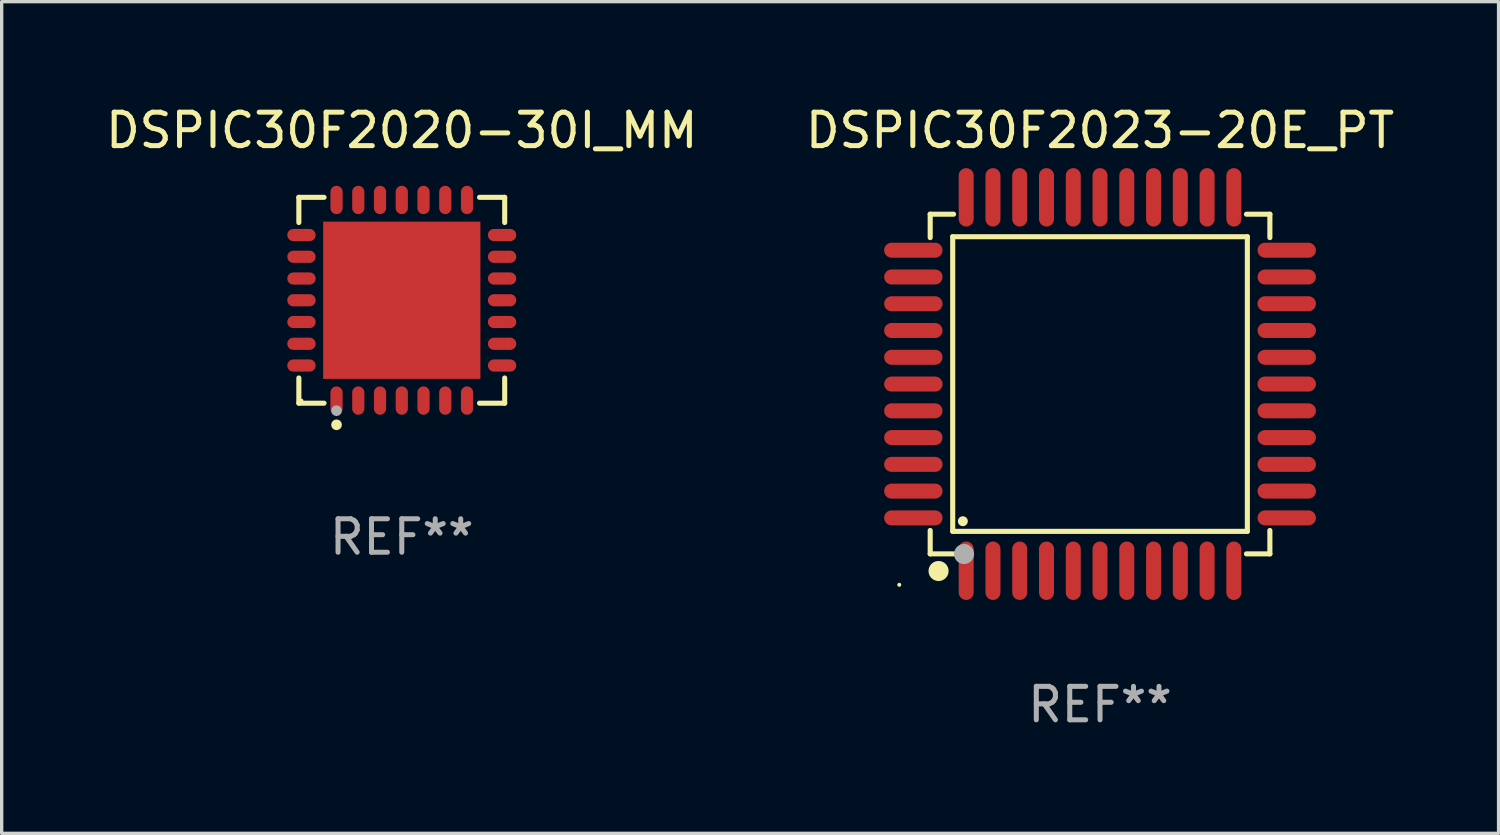
<source format=kicad_pcb>
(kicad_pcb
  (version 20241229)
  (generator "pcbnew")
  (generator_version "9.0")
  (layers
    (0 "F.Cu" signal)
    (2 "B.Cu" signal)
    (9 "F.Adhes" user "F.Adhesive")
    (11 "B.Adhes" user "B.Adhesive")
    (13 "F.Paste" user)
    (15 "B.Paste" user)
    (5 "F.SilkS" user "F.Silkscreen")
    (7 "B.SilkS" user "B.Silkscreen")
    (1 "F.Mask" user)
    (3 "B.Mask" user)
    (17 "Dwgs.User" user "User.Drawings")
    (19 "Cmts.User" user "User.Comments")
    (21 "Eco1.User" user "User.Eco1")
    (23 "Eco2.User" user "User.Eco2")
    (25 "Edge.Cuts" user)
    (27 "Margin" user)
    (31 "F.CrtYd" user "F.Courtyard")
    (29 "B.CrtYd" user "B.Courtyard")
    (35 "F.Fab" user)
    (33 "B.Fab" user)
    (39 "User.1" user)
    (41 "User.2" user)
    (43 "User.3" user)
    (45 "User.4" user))
  (footprint "DSPIC30F2023-20E_PT"
    (layer "F.Cu")
    (at 29.827 8.428)
    (property "Reference" "DSPIC30F2023-20E_PT" (at 0 -7.58 0) (layer "F.SilkS") (effects (font (size 1 1) (thickness 0.15))))
    (attr through_hole)
    (fp_line (start -5.076 -5.076) (end -5.076 -4.376) (stroke (width 0.152) (type solid)) (layer "F.SilkS"))
    (fp_line (start -5.076 5.076) (end -5.076 4.376) (stroke (width 0.152) (type solid)) (layer "F.SilkS"))
    (fp_line (start -4.403 -4.403) (end 4.403 -4.403) (stroke (width 0.152) (type solid)) (layer "F.SilkS"))
    (fp_line (start -4.403 4.403) (end -4.403 -4.403) (stroke (width 0.152) (type solid)) (layer "F.SilkS"))
    (fp_line (start -4.376 -5.076) (end -5.076 -5.076) (stroke (width 0.152) (type solid)) (layer "F.SilkS"))
    (fp_line (start -4.376 5.076) (end -5.076 5.076) (stroke (width 0.152) (type solid)) (layer "F.SilkS"))
    (fp_line (start 4.376 -5.076) (end 5.076 -5.076) (stroke (width 0.152) (type solid)) (layer "F.SilkS"))
    (fp_line (start 4.376 5.076) (end 5.076 5.076) (stroke (width 0.152) (type solid)) (layer "F.SilkS"))
    (fp_line (start 4.403 -4.403) (end 4.403 4.403) (stroke (width 0.152) (type solid)) (layer "F.SilkS"))
    (fp_line (start 4.403 4.403) (end -4.403 4.403) (stroke (width 0.152) (type solid)) (layer "F.SilkS"))
    (fp_line (start 5.076 -5.076) (end 5.076 -4.376) (stroke (width 0.152) (type solid)) (layer "F.SilkS"))
    (fp_line (start 5.076 5.076) (end 5.076 4.376) (stroke (width 0.152) (type solid)) (layer "F.SilkS"))
    (fp_circle (center -6 6) (end -5.97 6) (stroke (width 0.06) (type solid)) (fill no) (layer "F.SilkS"))
    (fp_circle (center -4.826 5.588) (end -4.676 5.588) (stroke (width 0.3) (type solid)) (fill no) (layer "F.SilkS"))
    (fp_circle (center -4.1 4.1) (end -4.025 4.1) (stroke (width 0.15) (type solid)) (fill no) (layer "F.SilkS"))
    (fp_circle (center -4.064 5.08) (end -3.914 5.08) (stroke (width 0.3) (type solid)) (fill no) (layer "F.Fab"))
    (fp_text user "REF**" (at 0 9.58 0) (layer "F.Fab") (effects (font (size 1 1) (thickness 0.15))))
    (pad "1" smd oval (at -4 5.58) (size 0.448 1.745) (layers "F.Cu" "F.Mask" "F.Paste"))
    (pad "2" smd oval (at -3.2 5.58) (size 0.448 1.745) (layers "F.Cu" "F.Mask" "F.Paste"))
    (pad "3" smd oval (at -2.4 5.58) (size 0.448 1.745) (layers "F.Cu" "F.Mask" "F.Paste"))
    (pad "4" smd oval (at -1.6 5.58) (size 0.448 1.745) (layers "F.Cu" "F.Mask" "F.Paste"))
    (pad "5" smd oval (at -0.8 5.58) (size 0.448 1.745) (layers "F.Cu" "F.Mask" "F.Paste"))
    (pad "6" smd oval (at 0 5.58) (size 0.448 1.745) (layers "F.Cu" "F.Mask" "F.Paste"))
    (pad "7" smd oval (at 0.8 5.58) (size 0.448 1.745) (layers "F.Cu" "F.Mask" "F.Paste"))
    (pad "8" smd oval (at 1.6 5.58) (size 0.448 1.745) (layers "F.Cu" "F.Mask" "F.Paste"))
    (pad "9" smd oval (at 2.4 5.58) (size 0.448 1.745) (layers "F.Cu" "F.Mask" "F.Paste"))
    (pad "10" smd oval (at 3.2 5.58) (size 0.448 1.745) (layers "F.Cu" "F.Mask" "F.Paste"))
    (pad "11" smd oval (at 4 5.58) (size 0.448 1.745) (layers "F.Cu" "F.Mask" "F.Paste"))
    (pad "12" smd oval (at 5.58 4) (size 1.745 0.448) (layers "F.Cu" "F.Mask" "F.Paste"))
    (pad "13" smd oval (at 5.58 3.2) (size 1.745 0.448) (layers "F.Cu" "F.Mask" "F.Paste"))
    (pad "14" smd oval (at 5.58 2.4) (size 1.745 0.448) (layers "F.Cu" "F.Mask" "F.Paste"))
    (pad "15" smd oval (at 5.58 1.6) (size 1.745 0.448) (layers "F.Cu" "F.Mask" "F.Paste"))
    (pad "16" smd oval (at 5.58 0.8) (size 1.745 0.448) (layers "F.Cu" "F.Mask" "F.Paste"))
    (pad "17" smd oval (at 5.58 0) (size 1.745 0.448) (layers "F.Cu" "F.Mask" "F.Paste"))
    (pad "18" smd oval (at 5.58 -0.8) (size 1.745 0.448) (layers "F.Cu" "F.Mask" "F.Paste"))
    (pad "19" smd oval (at 5.58 -1.6) (size 1.745 0.448) (layers "F.Cu" "F.Mask" "F.Paste"))
    (pad "20" smd oval (at 5.58 -2.4) (size 1.745 0.448) (layers "F.Cu" "F.Mask" "F.Paste"))
    (pad "21" smd oval (at 5.58 -3.2) (size 1.745 0.448) (layers "F.Cu" "F.Mask" "F.Paste"))
    (pad "22" smd oval (at 5.58 -4) (size 1.745 0.448) (layers "F.Cu" "F.Mask" "F.Paste"))
    (pad "23" smd oval (at 4 -5.58) (size 0.448 1.745) (layers "F.Cu" "F.Mask" "F.Paste"))
    (pad "24" smd oval (at 3.2 -5.58) (size 0.448 1.745) (layers "F.Cu" "F.Mask" "F.Paste"))
    (pad "25" smd oval (at 2.4 -5.58) (size 0.448 1.745) (layers "F.Cu" "F.Mask" "F.Paste"))
    (pad "26" smd oval (at 1.6 -5.58) (size 0.448 1.745) (layers "F.Cu" "F.Mask" "F.Paste"))
    (pad "27" smd oval (at 0.8 -5.58) (size 0.448 1.745) (layers "F.Cu" "F.Mask" "F.Paste"))
    (pad "28" smd oval (at 0 -5.58) (size 0.448 1.745) (layers "F.Cu" "F.Mask" "F.Paste"))
    (pad "29" smd oval (at -0.8 -5.58) (size 0.448 1.745) (layers "F.Cu" "F.Mask" "F.Paste"))
    (pad "30" smd oval (at -1.6 -5.58) (size 0.448 1.745) (layers "F.Cu" "F.Mask" "F.Paste"))
    (pad "31" smd oval (at -2.4 -5.58) (size 0.448 1.745) (layers "F.Cu" "F.Mask" "F.Paste"))
    (pad "32" smd oval (at -3.2 -5.58) (size 0.448 1.745) (layers "F.Cu" "F.Mask" "F.Paste"))
    (pad "33" smd oval (at -4 -5.58) (size 0.448 1.745) (layers "F.Cu" "F.Mask" "F.Paste"))
    (pad "34" smd oval (at -5.58 -4) (size 1.745 0.448) (layers "F.Cu" "F.Mask" "F.Paste"))
    (pad "35" smd oval (at -5.58 -3.2) (size 1.745 0.448) (layers "F.Cu" "F.Mask" "F.Paste"))
    (pad "36" smd oval (at -5.58 -2.4) (size 1.745 0.448) (layers "F.Cu" "F.Mask" "F.Paste"))
    (pad "37" smd oval (at -5.58 -1.6) (size 1.745 0.448) (layers "F.Cu" "F.Mask" "F.Paste"))
    (pad "38" smd oval (at -5.58 -0.8) (size 1.745 0.448) (layers "F.Cu" "F.Mask" "F.Paste"))
    (pad "39" smd oval (at -5.58 0) (size 1.745 0.448) (layers "F.Cu" "F.Mask" "F.Paste"))
    (pad "40" smd oval (at -5.58 0.8) (size 1.745 0.448) (layers "F.Cu" "F.Mask" "F.Paste"))
    (pad "41" smd oval (at -5.58 1.6) (size 1.745 0.448) (layers "F.Cu" "F.Mask" "F.Paste"))
    (pad "42" smd oval (at -5.58 2.4) (size 1.745 0.448) (layers "F.Cu" "F.Mask" "F.Paste"))
    (pad "43" smd oval (at -5.58 3.2) (size 1.745 0.448) (layers "F.Cu" "F.Mask" "F.Paste"))
    (pad "44" smd oval (at -5.58 4) (size 1.745 0.448) (layers "F.Cu" "F.Mask" "F.Paste")))
  (footprint "DSPIC30F2020-30I_MM"
    (layer "F.Cu")
    (at 8.958 5.924)
    (property "Reference" "DSPIC30F2020-30I_MM" (at 0 -5.076 0) (layer "F.SilkS") (effects (font (size 1 1) (thickness 0.15))))
    (attr through_hole)
    (fp_line (start -3.076 -3.076) (end -2.323 -3.076) (stroke (width 0.152) (type solid)) (layer "F.SilkS"))
    (fp_line (start -3.076 -2.323) (end -3.076 -3.076) (stroke (width 0.152) (type solid)) (layer "F.SilkS"))
    (fp_line (start -3.076 2.323) (end -3.076 3.076) (stroke (width 0.152) (type solid)) (layer "F.SilkS"))
    (fp_line (start -3.076 3.076) (end -2.323 3.076) (stroke (width 0.152) (type solid)) (layer "F.SilkS"))
    (fp_line (start 3.076 -3.076) (end 2.323 -3.076) (stroke (width 0.152) (type solid)) (layer "F.SilkS"))
    (fp_line (start 3.076 -2.323) (end 3.076 -3.076) (stroke (width 0.152) (type solid)) (layer "F.SilkS"))
    (fp_line (start 3.076 2.323) (end 3.076 3.076) (stroke (width 0.152) (type solid)) (layer "F.SilkS"))
    (fp_line (start 3.076 3.076) (end 2.323 3.076) (stroke (width 0.152) (type solid)) (layer "F.SilkS"))
    (fp_circle (center -3 3) (end -2.97 3) (stroke (width 0.06) (type solid)) (fill no) (layer "F.SilkS"))
    (fp_circle (center -1.95 3.722) (end -1.87 3.722) (stroke (width 0.16) (type solid)) (fill no) (layer "F.SilkS"))
    (fp_circle (center -1.95 3.3) (end -1.87 3.3) (stroke (width 0.16) (type solid)) (fill no) (layer "F.Fab"))
    (fp_text user "REF**" (at 0 7.076 0) (layer "F.Fab") (effects (font (size 1 1) (thickness 0.15))))
    (pad "1" smd oval (at -1.95 2.998) (size 0.364 0.847) (layers "F.Cu" "F.Mask" "F.Paste"))
    (pad "2" smd oval (at -1.3 2.998) (size 0.364 0.847) (layers "F.Cu" "F.Mask" "F.Paste"))
    (pad "3" smd oval (at -0.65 2.998) (size 0.364 0.847) (layers "F.Cu" "F.Mask" "F.Paste"))
    (pad "4" smd oval (at 0 2.998) (size 0.364 0.847) (layers "F.Cu" "F.Mask" "F.Paste"))
    (pad "5" smd oval (at 0.65 2.998) (size 0.364 0.847) (layers "F.Cu" "F.Mask" "F.Paste"))
    (pad "6" smd oval (at 1.3 2.998) (size 0.364 0.847) (layers "F.Cu" "F.Mask" "F.Paste"))
    (pad "7" smd oval (at 1.95 2.998) (size 0.364 0.847) (layers "F.Cu" "F.Mask" "F.Paste"))
    (pad "8" smd oval (at 2.998 1.95) (size 0.847 0.364) (layers "F.Cu" "F.Mask" "F.Paste"))
    (pad "9" smd oval (at 2.998 1.3) (size 0.847 0.364) (layers "F.Cu" "F.Mask" "F.Paste"))
    (pad "10" smd oval (at 2.998 0.65) (size 0.847 0.364) (layers "F.Cu" "F.Mask" "F.Paste"))
    (pad "11" smd oval (at 2.998 0) (size 0.847 0.364) (layers "F.Cu" "F.Mask" "F.Paste"))
    (pad "12" smd oval (at 2.998 -0.65) (size 0.847 0.364) (layers "F.Cu" "F.Mask" "F.Paste"))
    (pad "13" smd oval (at 2.998 -1.3) (size 0.847 0.364) (layers "F.Cu" "F.Mask" "F.Paste"))
    (pad "14" smd oval (at 2.998 -1.95) (size 0.847 0.364) (layers "F.Cu" "F.Mask" "F.Paste"))
    (pad "15" smd oval (at 1.95 -2.998) (size 0.364 0.847) (layers "F.Cu" "F.Mask" "F.Paste"))
    (pad "16" smd oval (at 1.3 -2.998) (size 0.364 0.847) (layers "F.Cu" "F.Mask" "F.Paste"))
    (pad "17" smd oval (at 0.65 -2.998) (size 0.364 0.847) (layers "F.Cu" "F.Mask" "F.Paste"))
    (pad "18" smd oval (at 0 -2.998) (size 0.364 0.847) (layers "F.Cu" "F.Mask" "F.Paste"))
    (pad "19" smd oval (at -0.65 -2.998) (size 0.364 0.847) (layers "F.Cu" "F.Mask" "F.Paste"))
    (pad "20" smd oval (at -1.3 -2.998) (size 0.364 0.847) (layers "F.Cu" "F.Mask" "F.Paste"))
    (pad "21" smd oval (at -1.95 -2.998) (size 0.364 0.847) (layers "F.Cu" "F.Mask" "F.Paste"))
    (pad "22" smd oval (at -2.998 -1.95) (size 0.847 0.364) (layers "F.Cu" "F.Mask" "F.Paste"))
    (pad "23" smd oval (at -2.998 -1.3) (size 0.847 0.364) (layers "F.Cu" "F.Mask" "F.Paste"))
    (pad "24" smd oval (at -2.998 -0.65) (size 0.847 0.364) (layers "F.Cu" "F.Mask" "F.Paste"))
    (pad "25" smd oval (at -2.998 0) (size 0.847 0.364) (layers "F.Cu" "F.Mask" "F.Paste"))
    (pad "26" smd oval (at -2.998 0.65) (size 0.847 0.364) (layers "F.Cu" "F.Mask" "F.Paste"))
    (pad "27" smd oval (at -2.998 1.3) (size 0.847 0.364) (layers "F.Cu" "F.Mask" "F.Paste"))
    (pad "28" smd oval (at -2.998 1.95) (size 0.847 0.364) (layers "F.Cu" "F.Mask" "F.Paste"))
    (pad "29" smd rect (at 0 0) (size 4.7 4.7) (layers "F.Cu" "F.Mask" "F.Paste")))
  (gr_rect
    (start -3 -3)
    (end 41.738 21.856)
    (stroke (width 0.1) (type default))
    (fill no)
    (layer "Edge.Cuts")))
</source>
